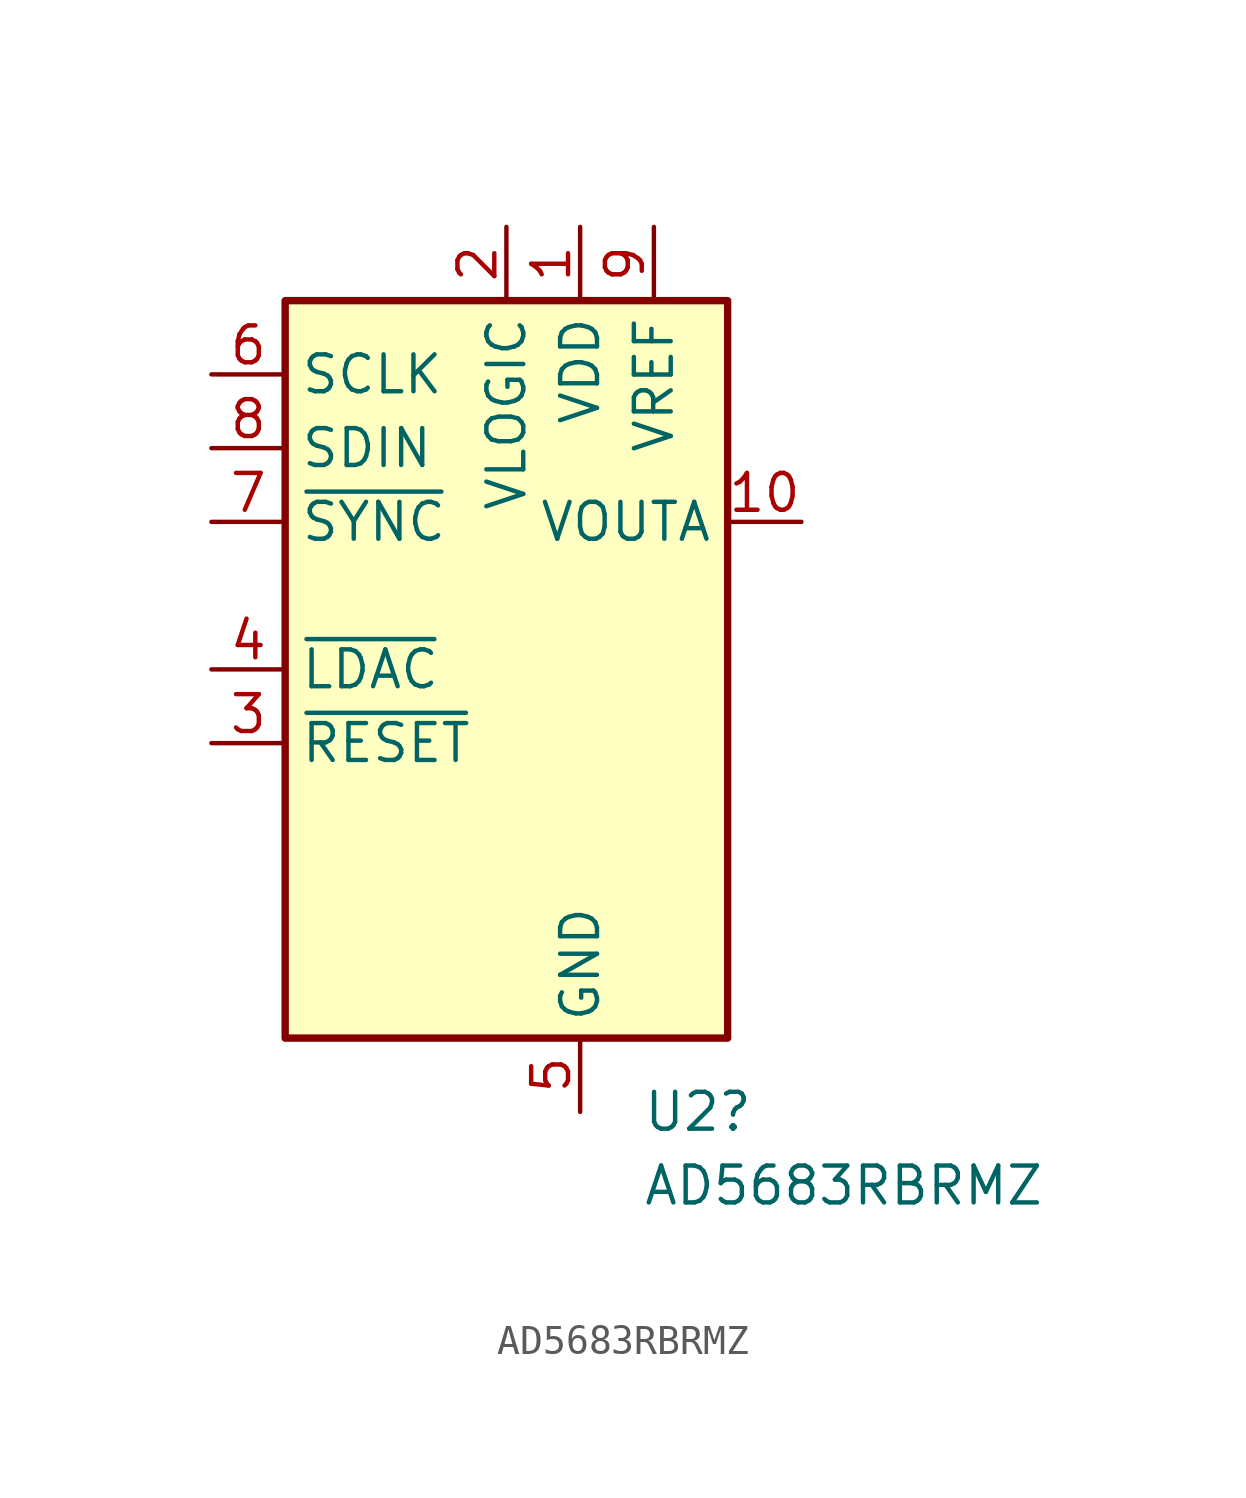
<source format=kicad_sym>
(kicad_symbol_lib
  (version 20241209)
  (generator "kicad_symbol_editor")
  (generator_version "9.0")
  (symbol "AD5683RBRMZ"
    (property "Reference" "U2"
      (at 4.683 -15.24 0)
      (effects (font (size 1.27 1.27)) (justify left)))
    (property "Value" "AD5683RBRMZ"
      (at 4.683 -17.78 0)
      (effects (font (size 1.27 1.27)) (justify left)))
    (symbol "AD5683RBRMZ_0_1"
      (rectangle (start -7.62 12.7) (end 7.62 -12.7) (stroke (width 0.254) (type default)) (fill (type background))))
    (symbol "AD5683RBRMZ_1_1"
      (pin input line (at -10.16 10.16 0) (length 2.54) (name "SCLK" (effects (font (size 1.27 1.27)))) (number "6" (effects (font (size 1.27 1.27)))))
      (pin input line (at -10.16 7.62 0) (length 2.54) (name "SDIN" (effects (font (size 1.27 1.27)))) (number "8" (effects (font (size 1.27 1.27)))))
      (pin input line (at -10.16 5.08 0) (length 2.54) (name "~{SYNC}" (effects (font (size 1.27 1.27)))) (number "7" (effects (font (size 1.27 1.27)))))
      (pin input line (at -10.16 0 0) (length 2.54) (name "~{LDAC}" (effects (font (size 1.27 1.27)))) (number "4" (effects (font (size 1.27 1.27)))))
      (pin input line (at -10.16 -2.54 0) (length 2.54) (name "~{RESET}" (effects (font (size 1.27 1.27)))) (number "3" (effects (font (size 1.27 1.27)))))
      (pin power_in line (at 0 15.24 270) (length 2.54) (name "VLOGIC" (effects (font (size 1.27 1.27)))) (number "2" (effects (font (size 1.27 1.27)))))
      (pin power_in line (at 2.54 15.24 270) (length 2.54) (name "VDD" (effects (font (size 1.27 1.27)))) (number "1" (effects (font (size 1.27 1.27)))))
      (pin power_in line (at 2.54 -15.24 90) (length 2.54) (name "GND" (effects (font (size 1.27 1.27)))) (number "5" (effects (font (size 1.27 1.27)))))
      (pin power_in line (at 5.08 15.24 270) (length 2.54) (name "VREF" (effects (font (size 1.27 1.27)))) (number "9" (effects (font (size 1.27 1.27)))))
      (pin output line (at 10.16 5.08 180) (length 2.54) (name "VOUTA" (effects (font (size 1.27 1.27)))) (number "10" (effects (font (size 1.27 1.27))))))))
</source>
